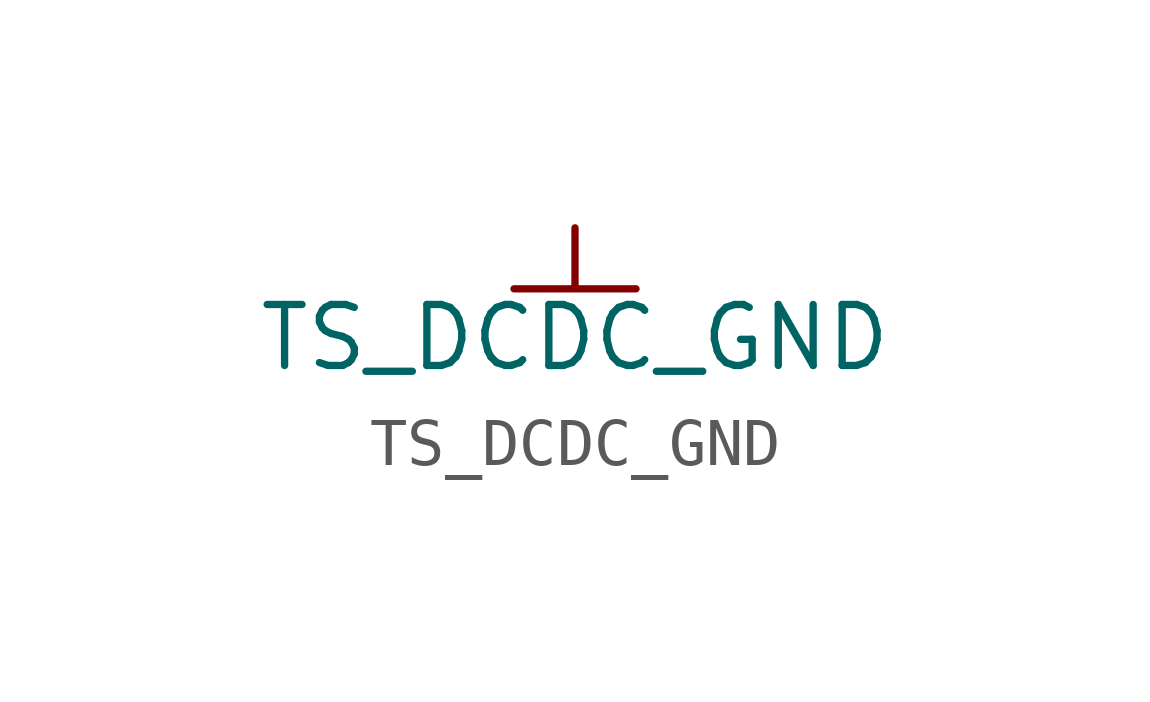
<source format=kicad_sym>
(kicad_symbol_lib
  (version 20231120)
  (generator "kicad_symbol_editor")
  (generator_version "8.0")
  (symbol "TS_DCDC_GND"
    (power)
    (pin_names
      (offset 0))
    (property "Reference" "#PWR"
      (at 0 -6.35 0)
      (effects (font (size 1.27 1.27)) (hide yes)))
    (property "Value" "TS_DCDC_GND"
      (at 0 -2.286 0)
      (effects (font (size 1.27 1.27))))
    (symbol "TS_DCDC_GND_0_1"
      (polyline (pts (xy 0 0) (xy 0 -1.27) (xy -1.27 -1.27) (xy 1.27 -1.27) (xy 0 -1.27)) (stroke (width 0) (type default)) (fill (type none))))
    (symbol "TS_DCDC_GND_1_1"
      (pin power_in line (at 0 0 270) (length 0) hide (name "TS_DCDC_GND" (effects (font (size 1.27 1.27)))) (number "1" (effects (font (size 1.27 1.27))))))))
</source>
